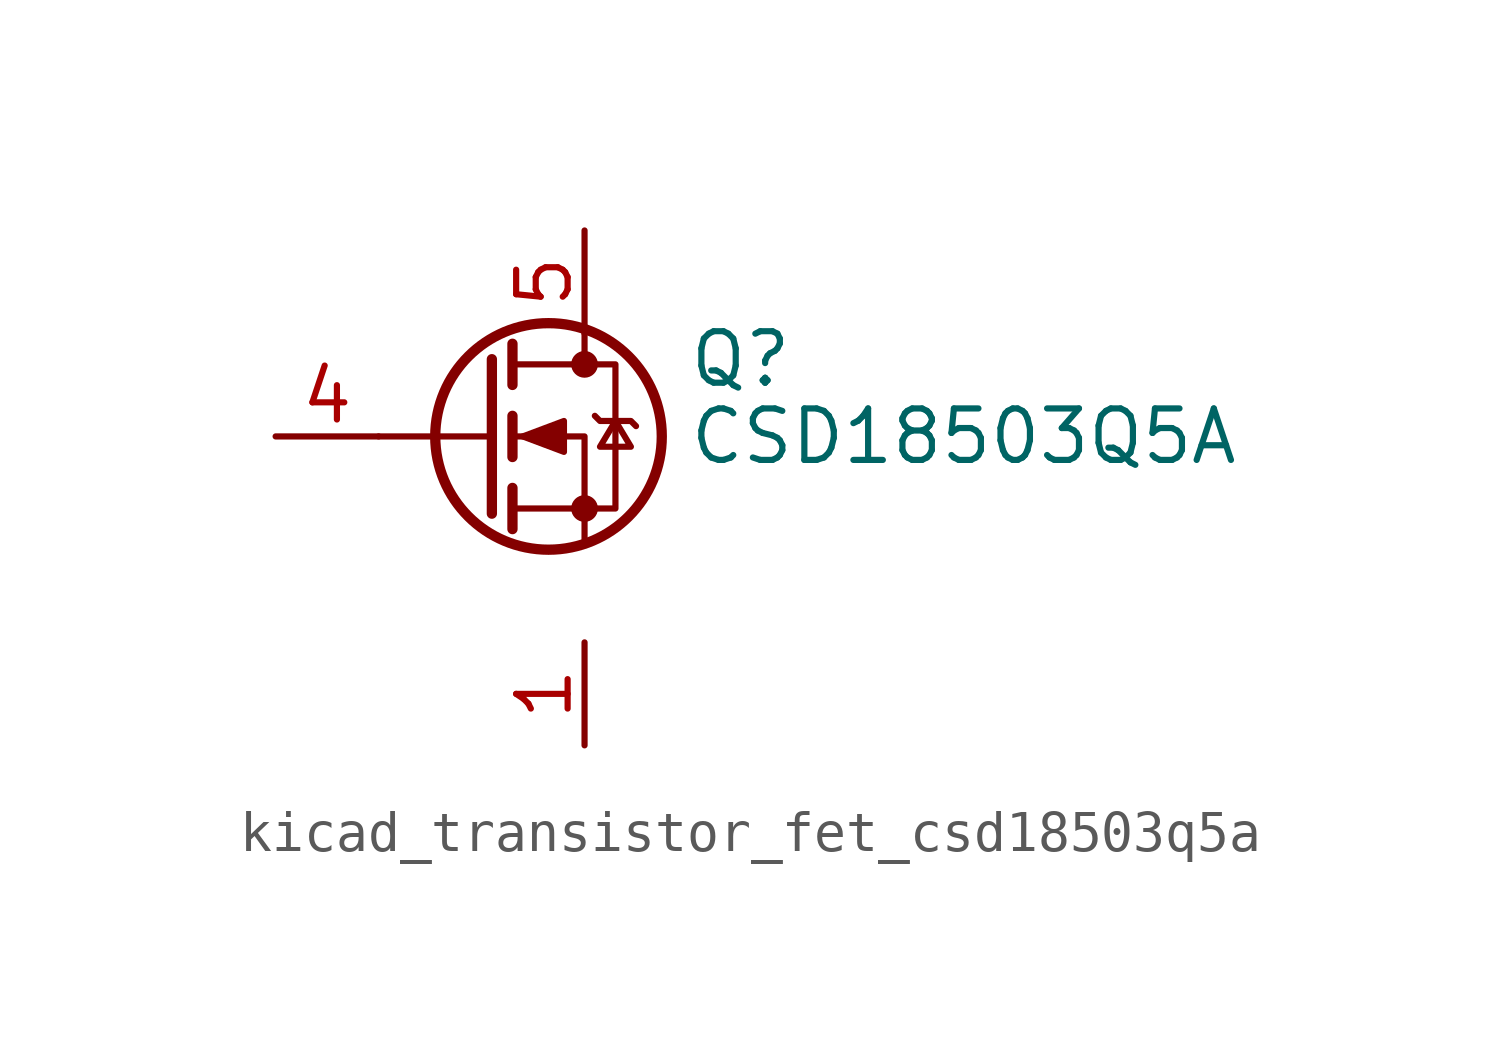
<source format=kicad_sym>
(kicad_symbol_lib
  (version 20220914)
  (generator kicad_symbol_editor)
  (symbol "kicad_transistor_fet_csd18503q5a"
    (pin_names hide)
    (property "Reference" "Q"
      (at 5.08 1.905 0)
      (effects (font (size 1.27 1.27)) (justify left)))
    (property "Value" "CSD18503Q5A"
      (at 5.08 0 0)
      (effects (font (size 1.27 1.27)) (justify left)))
    (symbol "kicad_transistor_fet_csd18503q5a_0_1"
      (polyline (pts (xy 0.254 0) (xy -2.54 0)) (stroke (width 0) (type default)) (fill (type none)))
      (polyline (pts (xy 0.254 1.905) (xy 0.254 -1.905)) (stroke (width 0.254) (type default)) (fill (type none)))
      (polyline (pts (xy 0.762 -1.27) (xy 0.762 -2.286)) (stroke (width 0.254) (type default)) (fill (type none)))
      (polyline (pts (xy 0.762 0.508) (xy 0.762 -0.508)) (stroke (width 0.254) (type default)) (fill (type none)))
      (polyline (pts (xy 0.762 2.286) (xy 0.762 1.27)) (stroke (width 0.254) (type default)) (fill (type none)))
      (polyline (pts (xy 2.54 2.54) (xy 2.54 1.778)) (stroke (width 0) (type default)) (fill (type none)))
      (polyline (pts (xy 2.54 -2.54) (xy 2.54 0) (xy 0.762 0)) (stroke (width 0) (type default)) (fill (type none)))
      (polyline (pts (xy 0.762 -1.778) (xy 3.302 -1.778) (xy 3.302 1.778) (xy 0.762 1.778)) (stroke (width 0) (type default)) (fill (type none)))
      (polyline (pts (xy 1.016 0) (xy 2.032 0.381) (xy 2.032 -0.381) (xy 1.016 0)) (stroke (width 0) (type default)) (fill (type outline)))
      (polyline (pts (xy 2.794 0.508) (xy 2.921 0.381) (xy 3.683 0.381) (xy 3.81 0.254)) (stroke (width 0) (type default)) (fill (type none)))
      (polyline (pts (xy 3.302 0.381) (xy 2.921 -0.254) (xy 3.683 -0.254) (xy 3.302 0.381)) (stroke (width 0) (type default)) (fill (type none)))
      (circle (center 1.651 0) (radius 2.794) (stroke (width 0.254) (type default)) (fill (type none)))
      (circle (center 2.54 -1.778) (radius 0.254) (stroke (width 0) (type default)) (fill (type outline)))
      (circle (center 2.54 1.778) (radius 0.254) (stroke (width 0) (type default)) (fill (type outline))))
    (symbol "kicad_transistor_fet_csd18503q5a_1_1"
      (pin passive line (at 2.54 -5.08 270) (length 2.54) (name "S" (effects (font (size 1.27 1.27)))) (number "1" (effects (font (size 1.27 1.27)))))
      (pin passive line (at 2.54 -5.08 270) (length 2.54) hide (name "S" (effects (font (size 1.27 1.27)))) (number "2" (effects (font (size 1.27 1.27)))))
      (pin passive line (at 2.54 -5.08 90) (length 2.54) hide (name "S" (effects (font (size 1.27 1.27)))) (number "3" (effects (font (size 1.27 1.27)))))
      (pin passive line (at -5.08 0 0) (length 2.54) (name "G" (effects (font (size 1.27 1.27)))) (number "4" (effects (font (size 1.27 1.27)))))
      (pin passive line (at 2.54 5.08 270) (length 2.54) (name "D" (effects (font (size 1.27 1.27)))) (number "5" (effects (font (size 1.27 1.27))))))))
</source>
